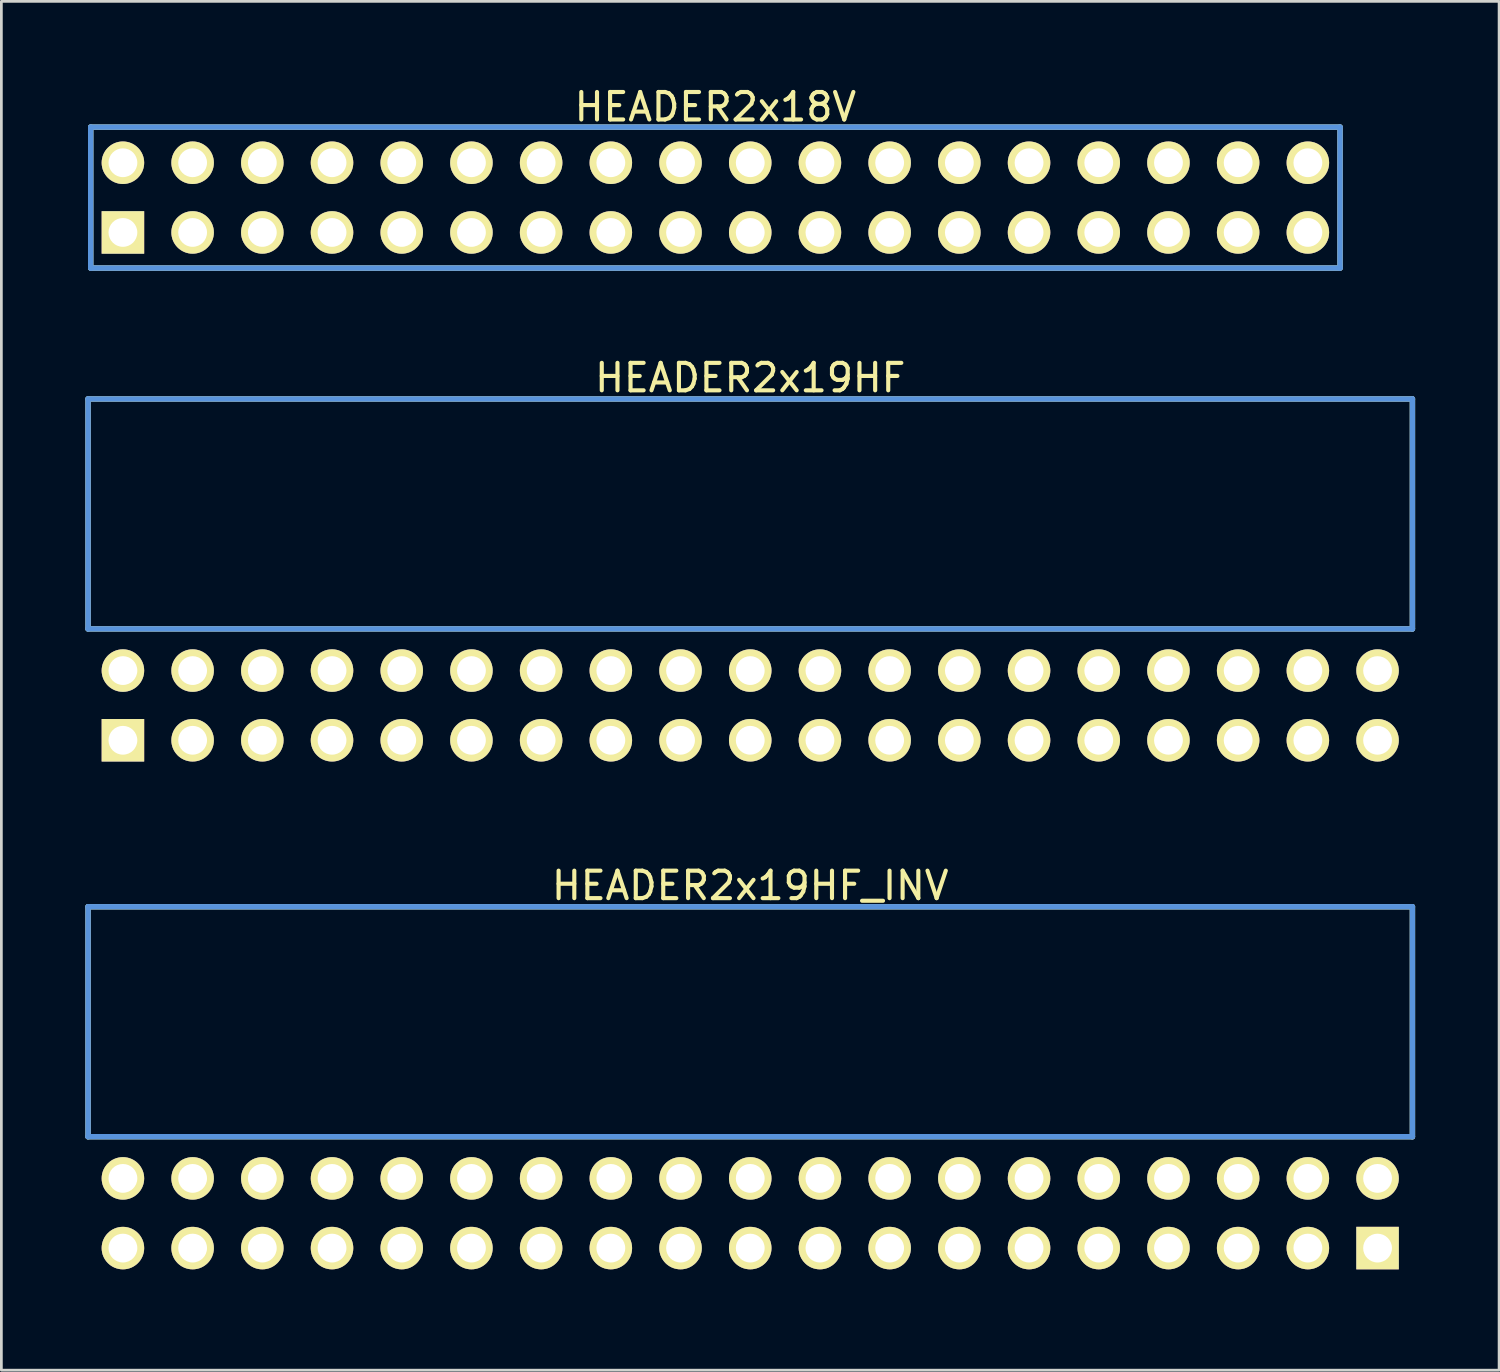
<source format=kicad_pcb>
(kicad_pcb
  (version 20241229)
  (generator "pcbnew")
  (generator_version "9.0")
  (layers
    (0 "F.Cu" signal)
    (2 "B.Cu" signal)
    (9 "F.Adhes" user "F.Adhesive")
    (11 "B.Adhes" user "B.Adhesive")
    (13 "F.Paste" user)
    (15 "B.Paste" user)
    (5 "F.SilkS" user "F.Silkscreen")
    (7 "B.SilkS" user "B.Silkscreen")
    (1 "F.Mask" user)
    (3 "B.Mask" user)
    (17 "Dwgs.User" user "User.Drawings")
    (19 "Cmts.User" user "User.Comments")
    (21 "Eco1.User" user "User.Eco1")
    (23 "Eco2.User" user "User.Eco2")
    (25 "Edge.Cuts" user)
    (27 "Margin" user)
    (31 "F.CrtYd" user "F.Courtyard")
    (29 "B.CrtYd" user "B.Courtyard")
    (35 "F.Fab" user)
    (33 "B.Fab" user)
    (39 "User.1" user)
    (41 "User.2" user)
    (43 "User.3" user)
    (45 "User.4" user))
  (footprint "HEADER2x19HF_INV"
    (layer "F.Cu")
    (at 1.429 42.431)
    (property "Reference" "HEADER2x19HF_INV" (at 22.86 -13.208 0) (layer "F.SilkS") (effects (font (size 1.001 1.001) (thickness 0.15))))
    (attr through_hole)
    (fp_line (start -1.27 -12.438) (end -1.27 -4.059) (stroke (width 0.198) (type solid)) (layer "F.SilkS"))
    (fp_line (start -1.27 -4.059) (end 46.99 -4.059) (stroke (width 0.198) (type solid)) (layer "F.SilkS"))
    (fp_line (start 46.99 -12.438) (end -1.27 -12.438) (stroke (width 0.198) (type solid)) (layer "F.SilkS"))
    (fp_line (start 46.99 -4.059) (end 46.99 -12.438) (stroke (width 0.198) (type solid)) (layer "F.SilkS"))
    (fp_line (start -1.27 -12.438) (end -1.27 -4.059) (stroke (width 0.198) (type solid)) (layer "Cmts.User"))
    (fp_line (start -1.27 -4.059) (end 46.99 -4.059) (stroke (width 0.198) (type solid)) (layer "Cmts.User"))
    (fp_line (start 46.99 -12.438) (end -1.27 -12.438) (stroke (width 0.198) (type solid)) (layer "Cmts.User"))
    (fp_line (start 46.99 -4.059) (end 46.99 -12.438) (stroke (width 0.198) (type solid)) (layer "Cmts.User"))
    (fp_line (start -1.379 -12.54) (end 47.099 -12.54) (stroke (width 0.099) (type solid)) (layer "Eco1.User"))
    (fp_line (start -1.379 1.4) (end -1.379 -12.54) (stroke (width 0.099) (type solid)) (layer "Eco1.User"))
    (fp_line (start 47.099 -12.54) (end 47.099 1.4) (stroke (width 0.099) (type solid)) (layer "Eco1.User"))
    (fp_line (start 47.099 1.4) (end -1.379 1.4) (stroke (width 0.099) (type solid)) (layer "Eco1.User"))
    (pad "1" thru_hole rect (at 45.72 0) (size 1.549 1.549) (drill 1.049) (layers "*.Cu" "*.Mask" "F.SilkS"))
    (pad "2" thru_hole circle (at 45.72 -2.54) (size 1.549 1.549) (drill 1.049) (layers "*.Cu" "*.Mask" "F.SilkS"))
    (pad "3" thru_hole circle (at 43.18 0) (size 1.549 1.549) (drill 1.049) (layers "*.Cu" "*.Mask" "F.SilkS"))
    (pad "4" thru_hole circle (at 43.18 -2.54) (size 1.549 1.549) (drill 1.049) (layers "*.Cu" "*.Mask" "F.SilkS"))
    (pad "5" thru_hole circle (at 40.64 0) (size 1.549 1.549) (drill 1.049) (layers "*.Cu" "*.Mask" "F.SilkS"))
    (pad "6" thru_hole circle (at 40.64 -2.54) (size 1.549 1.549) (drill 1.049) (layers "*.Cu" "*.Mask" "F.SilkS"))
    (pad "7" thru_hole circle (at 38.1 0) (size 1.549 1.549) (drill 1.049) (layers "*.Cu" "*.Mask" "F.SilkS"))
    (pad "8" thru_hole circle (at 38.1 -2.54) (size 1.549 1.549) (drill 1.049) (layers "*.Cu" "*.Mask" "F.SilkS"))
    (pad "9" thru_hole circle (at 35.56 0) (size 1.549 1.549) (drill 1.049) (layers "*.Cu" "*.Mask" "F.SilkS"))
    (pad "10" thru_hole circle (at 35.56 -2.54) (size 1.549 1.549) (drill 1.049) (layers "*.Cu" "*.Mask" "F.SilkS"))
    (pad "11" thru_hole circle (at 33.02 0) (size 1.549 1.549) (drill 1.049) (layers "*.Cu" "*.Mask" "F.SilkS"))
    (pad "12" thru_hole circle (at 33.02 -2.54) (size 1.549 1.549) (drill 1.049) (layers "*.Cu" "*.Mask" "F.SilkS"))
    (pad "13" thru_hole circle (at 30.48 0) (size 1.549 1.549) (drill 1.049) (layers "*.Cu" "*.Mask" "F.SilkS"))
    (pad "14" thru_hole circle (at 30.48 -2.54) (size 1.549 1.549) (drill 1.049) (layers "*.Cu" "*.Mask" "F.SilkS"))
    (pad "15" thru_hole circle (at 27.94 0) (size 1.549 1.549) (drill 1.049) (layers "*.Cu" "*.Mask" "F.SilkS"))
    (pad "16" thru_hole circle (at 27.94 -2.54) (size 1.549 1.549) (drill 1.049) (layers "*.Cu" "*.Mask" "F.SilkS"))
    (pad "17" thru_hole circle (at 25.4 0) (size 1.549 1.549) (drill 1.049) (layers "*.Cu" "*.Mask" "F.SilkS"))
    (pad "18" thru_hole circle (at 25.4 -2.54) (size 1.549 1.549) (drill 1.049) (layers "*.Cu" "*.Mask" "F.SilkS"))
    (pad "19" thru_hole circle (at 22.86 0) (size 1.549 1.549) (drill 1.049) (layers "*.Cu" "*.Mask" "F.SilkS"))
    (pad "20" thru_hole circle (at 22.86 -2.54) (size 1.549 1.549) (drill 1.049) (layers "*.Cu" "*.Mask" "F.SilkS"))
    (pad "21" thru_hole circle (at 20.32 0) (size 1.549 1.549) (drill 1.049) (layers "*.Cu" "*.Mask" "F.SilkS"))
    (pad "22" thru_hole circle (at 20.32 -2.54) (size 1.549 1.549) (drill 1.049) (layers "*.Cu" "*.Mask" "F.SilkS"))
    (pad "23" thru_hole circle (at 17.78 0) (size 1.549 1.549) (drill 1.049) (layers "*.Cu" "*.Mask" "F.SilkS"))
    (pad "24" thru_hole circle (at 17.78 -2.54) (size 1.549 1.549) (drill 1.049) (layers "*.Cu" "*.Mask" "F.SilkS"))
    (pad "25" thru_hole circle (at 15.24 0) (size 1.549 1.549) (drill 1.049) (layers "*.Cu" "*.Mask" "F.SilkS"))
    (pad "26" thru_hole circle (at 15.24 -2.54) (size 1.549 1.549) (drill 1.049) (layers "*.Cu" "*.Mask" "F.SilkS"))
    (pad "27" thru_hole circle (at 12.7 0) (size 1.549 1.549) (drill 1.049) (layers "*.Cu" "*.Mask" "F.SilkS"))
    (pad "28" thru_hole circle (at 12.7 -2.54) (size 1.549 1.549) (drill 1.049) (layers "*.Cu" "*.Mask" "F.SilkS"))
    (pad "29" thru_hole circle (at 10.16 0) (size 1.549 1.549) (drill 1.049) (layers "*.Cu" "*.Mask" "F.SilkS"))
    (pad "30" thru_hole circle (at 10.16 -2.54) (size 1.549 1.549) (drill 1.049) (layers "*.Cu" "*.Mask" "F.SilkS"))
    (pad "31" thru_hole circle (at 7.62 0) (size 1.549 1.549) (drill 1.049) (layers "*.Cu" "*.Mask" "F.SilkS"))
    (pad "32" thru_hole circle (at 7.62 -2.54) (size 1.549 1.549) (drill 1.049) (layers "*.Cu" "*.Mask" "F.SilkS"))
    (pad "33" thru_hole circle (at 5.08 0) (size 1.549 1.549) (drill 1.049) (layers "*.Cu" "*.Mask" "F.SilkS"))
    (pad "34" thru_hole circle (at 5.08 -2.54) (size 1.549 1.549) (drill 1.049) (layers "*.Cu" "*.Mask" "F.SilkS"))
    (pad "35" thru_hole circle (at 2.54 0) (size 1.549 1.549) (drill 1.049) (layers "*.Cu" "*.Mask" "F.SilkS"))
    (pad "36" thru_hole circle (at 2.54 -2.54) (size 1.549 1.549) (drill 1.049) (layers "*.Cu" "*.Mask" "F.SilkS"))
    (pad "37" thru_hole circle (at 0 0) (size 1.549 1.549) (drill 1.049) (layers "*.Cu" "*.Mask" "F.SilkS"))
    (pad "38" thru_hole circle (at 0 -2.54) (size 1.549 1.549) (drill 1.049) (layers "*.Cu" "*.Mask" "F.SilkS")))
  (footprint "HEADER2x19HF"
    (layer "F.Cu")
    (at 1.429 23.926)
    (property "Reference" "HEADER2x19HF" (at 22.86 -13.208 0) (layer "F.SilkS") (effects (font (size 1.001 1.001) (thickness 0.15))))
    (attr through_hole)
    (fp_line (start -1.27 -12.438) (end -1.27 -4.059) (stroke (width 0.198) (type solid)) (layer "F.SilkS"))
    (fp_line (start -1.27 -4.059) (end 46.99 -4.059) (stroke (width 0.198) (type solid)) (layer "F.SilkS"))
    (fp_line (start 46.99 -12.438) (end -1.27 -12.438) (stroke (width 0.198) (type solid)) (layer "F.SilkS"))
    (fp_line (start 46.99 -4.059) (end 46.99 -12.438) (stroke (width 0.198) (type solid)) (layer "F.SilkS"))
    (fp_line (start -1.27 -12.438) (end -1.27 -4.059) (stroke (width 0.198) (type solid)) (layer "Cmts.User"))
    (fp_line (start -1.27 -4.059) (end 46.99 -4.059) (stroke (width 0.198) (type solid)) (layer "Cmts.User"))
    (fp_line (start 46.99 -12.438) (end -1.27 -12.438) (stroke (width 0.198) (type solid)) (layer "Cmts.User"))
    (fp_line (start 46.99 -4.059) (end 46.99 -12.438) (stroke (width 0.198) (type solid)) (layer "Cmts.User"))
    (fp_line (start -1.379 -12.54) (end 47.099 -12.54) (stroke (width 0.099) (type solid)) (layer "Eco1.User"))
    (fp_line (start -1.379 1.4) (end -1.379 -12.54) (stroke (width 0.099) (type solid)) (layer "Eco1.User"))
    (fp_line (start 47.099 -12.54) (end 47.099 1.4) (stroke (width 0.099) (type solid)) (layer "Eco1.User"))
    (fp_line (start 47.099 1.4) (end -1.379 1.4) (stroke (width 0.099) (type solid)) (layer "Eco1.User"))
    (pad "1" thru_hole rect (at 0 0) (size 1.549 1.549) (drill 1.049) (layers "*.Cu" "*.Mask" "F.SilkS"))
    (pad "2" thru_hole circle (at 0 -2.54) (size 1.549 1.549) (drill 1.049) (layers "*.Cu" "*.Mask" "F.SilkS"))
    (pad "3" thru_hole circle (at 2.54 0) (size 1.549 1.549) (drill 1.049) (layers "*.Cu" "*.Mask" "F.SilkS"))
    (pad "4" thru_hole circle (at 2.54 -2.54) (size 1.549 1.549) (drill 1.049) (layers "*.Cu" "*.Mask" "F.SilkS"))
    (pad "5" thru_hole circle (at 5.08 0) (size 1.549 1.549) (drill 1.049) (layers "*.Cu" "*.Mask" "F.SilkS"))
    (pad "6" thru_hole circle (at 5.08 -2.54) (size 1.549 1.549) (drill 1.049) (layers "*.Cu" "*.Mask" "F.SilkS"))
    (pad "7" thru_hole circle (at 7.62 0) (size 1.549 1.549) (drill 1.049) (layers "*.Cu" "*.Mask" "F.SilkS"))
    (pad "8" thru_hole circle (at 7.62 -2.54) (size 1.549 1.549) (drill 1.049) (layers "*.Cu" "*.Mask" "F.SilkS"))
    (pad "9" thru_hole circle (at 10.16 0) (size 1.549 1.549) (drill 1.049) (layers "*.Cu" "*.Mask" "F.SilkS"))
    (pad "10" thru_hole circle (at 10.16 -2.54) (size 1.549 1.549) (drill 1.049) (layers "*.Cu" "*.Mask" "F.SilkS"))
    (pad "11" thru_hole circle (at 12.7 0) (size 1.549 1.549) (drill 1.049) (layers "*.Cu" "*.Mask" "F.SilkS"))
    (pad "12" thru_hole circle (at 12.7 -2.54) (size 1.549 1.549) (drill 1.049) (layers "*.Cu" "*.Mask" "F.SilkS"))
    (pad "13" thru_hole circle (at 15.24 0) (size 1.549 1.549) (drill 1.049) (layers "*.Cu" "*.Mask" "F.SilkS"))
    (pad "14" thru_hole circle (at 15.24 -2.54) (size 1.549 1.549) (drill 1.049) (layers "*.Cu" "*.Mask" "F.SilkS"))
    (pad "15" thru_hole circle (at 17.78 0) (size 1.549 1.549) (drill 1.049) (layers "*.Cu" "*.Mask" "F.SilkS"))
    (pad "16" thru_hole circle (at 17.78 -2.54) (size 1.549 1.549) (drill 1.049) (layers "*.Cu" "*.Mask" "F.SilkS"))
    (pad "17" thru_hole circle (at 20.32 0) (size 1.549 1.549) (drill 1.049) (layers "*.Cu" "*.Mask" "F.SilkS"))
    (pad "18" thru_hole circle (at 20.32 -2.54) (size 1.549 1.549) (drill 1.049) (layers "*.Cu" "*.Mask" "F.SilkS"))
    (pad "19" thru_hole circle (at 22.86 0) (size 1.549 1.549) (drill 1.049) (layers "*.Cu" "*.Mask" "F.SilkS"))
    (pad "20" thru_hole circle (at 22.86 -2.54) (size 1.549 1.549) (drill 1.049) (layers "*.Cu" "*.Mask" "F.SilkS"))
    (pad "21" thru_hole circle (at 25.4 0) (size 1.549 1.549) (drill 1.049) (layers "*.Cu" "*.Mask" "F.SilkS"))
    (pad "22" thru_hole circle (at 25.4 -2.54) (size 1.549 1.549) (drill 1.049) (layers "*.Cu" "*.Mask" "F.SilkS"))
    (pad "23" thru_hole circle (at 27.94 0) (size 1.549 1.549) (drill 1.049) (layers "*.Cu" "*.Mask" "F.SilkS"))
    (pad "24" thru_hole circle (at 27.94 -2.54) (size 1.549 1.549) (drill 1.049) (layers "*.Cu" "*.Mask" "F.SilkS"))
    (pad "25" thru_hole circle (at 30.48 0) (size 1.549 1.549) (drill 1.049) (layers "*.Cu" "*.Mask" "F.SilkS"))
    (pad "26" thru_hole circle (at 30.48 -2.54) (size 1.549 1.549) (drill 1.049) (layers "*.Cu" "*.Mask" "F.SilkS"))
    (pad "27" thru_hole circle (at 33.02 0) (size 1.549 1.549) (drill 1.049) (layers "*.Cu" "*.Mask" "F.SilkS"))
    (pad "28" thru_hole circle (at 33.02 -2.54) (size 1.549 1.549) (drill 1.049) (layers "*.Cu" "*.Mask" "F.SilkS"))
    (pad "29" thru_hole circle (at 35.56 0) (size 1.549 1.549) (drill 1.049) (layers "*.Cu" "*.Mask" "F.SilkS"))
    (pad "30" thru_hole circle (at 35.56 -2.54) (size 1.549 1.549) (drill 1.049) (layers "*.Cu" "*.Mask" "F.SilkS"))
    (pad "31" thru_hole circle (at 38.1 0) (size 1.549 1.549) (drill 1.049) (layers "*.Cu" "*.Mask" "F.SilkS"))
    (pad "32" thru_hole circle (at 38.1 -2.54) (size 1.549 1.549) (drill 1.049) (layers "*.Cu" "*.Mask" "F.SilkS"))
    (pad "33" thru_hole circle (at 40.64 0) (size 1.549 1.549) (drill 1.049) (layers "*.Cu" "*.Mask" "F.SilkS"))
    (pad "34" thru_hole circle (at 40.64 -2.54) (size 1.549 1.549) (drill 1.049) (layers "*.Cu" "*.Mask" "F.SilkS"))
    (pad "35" thru_hole circle (at 43.18 0) (size 1.549 1.549) (drill 1.049) (layers "*.Cu" "*.Mask" "F.SilkS"))
    (pad "36" thru_hole circle (at 43.18 -2.54) (size 1.549 1.549) (drill 1.049) (layers "*.Cu" "*.Mask" "F.SilkS"))
    (pad "37" thru_hole circle (at 45.72 0) (size 1.549 1.549) (drill 1.049) (layers "*.Cu" "*.Mask" "F.SilkS"))
    (pad "38" thru_hole circle (at 45.72 -2.54) (size 1.549 1.549) (drill 1.049) (layers "*.Cu" "*.Mask" "F.SilkS")))
  (footprint "HEADER2x18V"
    (layer "F.Cu")
    (at 1.429 5.42)
    (property "Reference" "HEADER2x18V" (at 21.59 -4.572 0) (layer "F.SilkS") (effects (font (size 1.001 1.001) (thickness 0.15))))
    (attr through_hole)
    (fp_line (start -1.173 -3.838) (end -1.173 1.298) (stroke (width 0.198) (type solid)) (layer "F.SilkS"))
    (fp_line (start -1.173 1.298) (end 44.353 1.298) (stroke (width 0.198) (type solid)) (layer "F.SilkS"))
    (fp_line (start 44.353 -3.838) (end -1.173 -3.838) (stroke (width 0.198) (type solid)) (layer "F.SilkS"))
    (fp_line (start 44.353 1.298) (end 44.353 -3.838) (stroke (width 0.198) (type solid)) (layer "F.SilkS"))
    (fp_line (start -1.173 -3.838) (end -1.173 1.298) (stroke (width 0.198) (type solid)) (layer "Cmts.User"))
    (fp_line (start -1.173 1.298) (end 44.353 1.298) (stroke (width 0.198) (type solid)) (layer "Cmts.User"))
    (fp_line (start 44.353 -3.838) (end -1.173 -3.838) (stroke (width 0.198) (type solid)) (layer "Cmts.User"))
    (fp_line (start 44.353 1.298) (end 44.353 -3.838) (stroke (width 0.198) (type solid)) (layer "Cmts.User"))
    (fp_line (start -1.379 -3.94) (end -1.379 1.4) (stroke (width 0.099) (type solid)) (layer "Eco1.User"))
    (fp_line (start -1.379 1.4) (end 44.559 1.4) (stroke (width 0.099) (type solid)) (layer "Eco1.User"))
    (fp_line (start 44.559 -3.94) (end -1.379 -3.94) (stroke (width 0.099) (type solid)) (layer "Eco1.User"))
    (fp_line (start 44.559 1.4) (end 44.559 -3.94) (stroke (width 0.099) (type solid)) (layer "Eco1.User"))
    (pad "1" thru_hole rect (at 0 0) (size 1.549 1.549) (drill 1.049) (layers "*.Cu" "*.Mask" "F.SilkS"))
    (pad "2" thru_hole circle (at 0 -2.54) (size 1.549 1.549) (drill 1.049) (layers "*.Cu" "*.Mask" "F.SilkS"))
    (pad "3" thru_hole circle (at 2.54 0) (size 1.549 1.549) (drill 1.049) (layers "*.Cu" "*.Mask" "F.SilkS"))
    (pad "4" thru_hole circle (at 2.54 -2.54) (size 1.549 1.549) (drill 1.049) (layers "*.Cu" "*.Mask" "F.SilkS"))
    (pad "5" thru_hole circle (at 5.08 0) (size 1.549 1.549) (drill 1.049) (layers "*.Cu" "*.Mask" "F.SilkS"))
    (pad "6" thru_hole circle (at 5.08 -2.54) (size 1.549 1.549) (drill 1.049) (layers "*.Cu" "*.Mask" "F.SilkS"))
    (pad "7" thru_hole circle (at 7.62 0) (size 1.549 1.549) (drill 1.049) (layers "*.Cu" "*.Mask" "F.SilkS"))
    (pad "8" thru_hole circle (at 7.62 -2.54) (size 1.549 1.549) (drill 1.049) (layers "*.Cu" "*.Mask" "F.SilkS"))
    (pad "9" thru_hole circle (at 10.16 0) (size 1.549 1.549) (drill 1.049) (layers "*.Cu" "*.Mask" "F.SilkS"))
    (pad "10" thru_hole circle (at 10.16 -2.54) (size 1.549 1.549) (drill 1.049) (layers "*.Cu" "*.Mask" "F.SilkS"))
    (pad "11" thru_hole circle (at 12.7 0) (size 1.549 1.549) (drill 1.049) (layers "*.Cu" "*.Mask" "F.SilkS"))
    (pad "12" thru_hole circle (at 12.7 -2.54) (size 1.549 1.549) (drill 1.049) (layers "*.Cu" "*.Mask" "F.SilkS"))
    (pad "13" thru_hole circle (at 15.24 0) (size 1.549 1.549) (drill 1.049) (layers "*.Cu" "*.Mask" "F.SilkS"))
    (pad "14" thru_hole circle (at 15.24 -2.54) (size 1.549 1.549) (drill 1.049) (layers "*.Cu" "*.Mask" "F.SilkS"))
    (pad "15" thru_hole circle (at 17.78 0) (size 1.549 1.549) (drill 1.049) (layers "*.Cu" "*.Mask" "F.SilkS"))
    (pad "16" thru_hole circle (at 17.78 -2.54) (size 1.549 1.549) (drill 1.049) (layers "*.Cu" "*.Mask" "F.SilkS"))
    (pad "17" thru_hole circle (at 20.32 0) (size 1.549 1.549) (drill 1.049) (layers "*.Cu" "*.Mask" "F.SilkS"))
    (pad "18" thru_hole circle (at 20.32 -2.54) (size 1.549 1.549) (drill 1.049) (layers "*.Cu" "*.Mask" "F.SilkS"))
    (pad "19" thru_hole circle (at 22.86 0) (size 1.549 1.549) (drill 1.049) (layers "*.Cu" "*.Mask" "F.SilkS"))
    (pad "20" thru_hole circle (at 22.86 -2.54) (size 1.549 1.549) (drill 1.049) (layers "*.Cu" "*.Mask" "F.SilkS"))
    (pad "21" thru_hole circle (at 25.4 0) (size 1.549 1.549) (drill 1.049) (layers "*.Cu" "*.Mask" "F.SilkS"))
    (pad "22" thru_hole circle (at 25.4 -2.54) (size 1.549 1.549) (drill 1.049) (layers "*.Cu" "*.Mask" "F.SilkS"))
    (pad "23" thru_hole circle (at 27.94 0) (size 1.549 1.549) (drill 1.049) (layers "*.Cu" "*.Mask" "F.SilkS"))
    (pad "24" thru_hole circle (at 27.94 -2.54) (size 1.549 1.549) (drill 1.049) (layers "*.Cu" "*.Mask" "F.SilkS"))
    (pad "25" thru_hole circle (at 30.48 0) (size 1.549 1.549) (drill 1.049) (layers "*.Cu" "*.Mask" "F.SilkS"))
    (pad "26" thru_hole circle (at 30.48 -2.54) (size 1.549 1.549) (drill 1.049) (layers "*.Cu" "*.Mask" "F.SilkS"))
    (pad "27" thru_hole circle (at 33.02 0) (size 1.549 1.549) (drill 1.049) (layers "*.Cu" "*.Mask" "F.SilkS"))
    (pad "28" thru_hole circle (at 33.02 -2.54) (size 1.549 1.549) (drill 1.049) (layers "*.Cu" "*.Mask" "F.SilkS"))
    (pad "29" thru_hole circle (at 35.56 0) (size 1.549 1.549) (drill 1.049) (layers "*.Cu" "*.Mask" "F.SilkS"))
    (pad "30" thru_hole circle (at 35.56 -2.54) (size 1.549 1.549) (drill 1.049) (layers "*.Cu" "*.Mask" "F.SilkS"))
    (pad "31" thru_hole circle (at 38.1 0) (size 1.549 1.549) (drill 1.049) (layers "*.Cu" "*.Mask" "F.SilkS"))
    (pad "32" thru_hole circle (at 38.1 -2.54) (size 1.549 1.549) (drill 1.049) (layers "*.Cu" "*.Mask" "F.SilkS"))
    (pad "33" thru_hole circle (at 40.64 0) (size 1.549 1.549) (drill 1.049) (layers "*.Cu" "*.Mask" "F.SilkS"))
    (pad "34" thru_hole circle (at 40.64 -2.54) (size 1.549 1.549) (drill 1.049) (layers "*.Cu" "*.Mask" "F.SilkS"))
    (pad "35" thru_hole circle (at 43.18 0) (size 1.549 1.549) (drill 1.049) (layers "*.Cu" "*.Mask" "F.SilkS"))
    (pad "36" thru_hole circle (at 43.18 -2.54) (size 1.549 1.549) (drill 1.049) (layers "*.Cu" "*.Mask" "F.SilkS")))
  (gr_rect
    (start -3 -3)
    (end 51.578 46.881)
    (stroke (width 0.1) (type default))
    (fill no)
    (layer "Edge.Cuts")))
</source>
